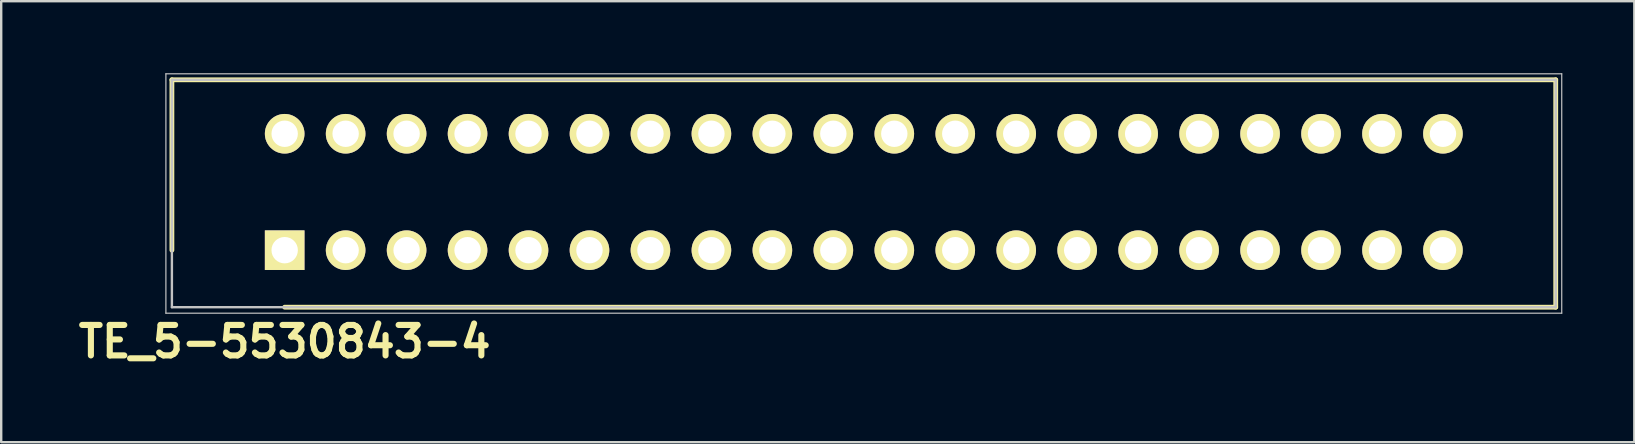
<source format=kicad_pcb>
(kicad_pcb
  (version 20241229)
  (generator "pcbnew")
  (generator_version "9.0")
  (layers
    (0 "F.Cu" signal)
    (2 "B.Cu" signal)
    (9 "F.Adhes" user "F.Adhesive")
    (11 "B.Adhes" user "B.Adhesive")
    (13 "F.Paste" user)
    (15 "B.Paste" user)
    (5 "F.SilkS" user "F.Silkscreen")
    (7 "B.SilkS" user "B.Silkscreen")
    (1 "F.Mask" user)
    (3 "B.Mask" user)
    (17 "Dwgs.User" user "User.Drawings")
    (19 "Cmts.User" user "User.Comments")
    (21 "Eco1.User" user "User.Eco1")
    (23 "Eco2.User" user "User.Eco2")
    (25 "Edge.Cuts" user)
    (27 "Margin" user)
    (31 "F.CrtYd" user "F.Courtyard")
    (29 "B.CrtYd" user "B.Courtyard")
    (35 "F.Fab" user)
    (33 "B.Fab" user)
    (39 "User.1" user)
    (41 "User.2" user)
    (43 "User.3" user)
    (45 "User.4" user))
  (footprint "TE_5-5530843-4"
    (layer "F.Cu")
    (at 8.811 7.374)
    (property "Reference" "TE_5-5530843-4" (at 0 3.81 0) (layer "F.SilkS") (effects (font (size 1.27 1.27) (thickness 0.254))))
    (attr through_hole)
    (fp_line (start -4.699 -7.099) (end -4.699 0) (stroke (width 0.2) (type solid)) (layer "F.SilkS"))
    (fp_line (start 0 2.375) (end 52.959 2.375) (stroke (width 0.2) (type solid)) (layer "F.SilkS"))
    (fp_line (start 52.959 -7.099) (end -4.699 -7.099) (stroke (width 0.2) (type solid)) (layer "F.SilkS"))
    (fp_line (start 52.959 2.375) (end 52.959 -7.099) (stroke (width 0.2) (type solid)) (layer "F.SilkS"))
    (fp_line (start -4.949 -7.349) (end 53.209 -7.349) (stroke (width 0.05) (type solid)) (layer "Dwgs.User"))
    (fp_line (start -4.949 2.625) (end -4.949 -7.349) (stroke (width 0.05) (type solid)) (layer "Dwgs.User"))
    (fp_line (start -4.699 -7.099) (end 52.959 -7.099) (stroke (width 0.1) (type solid)) (layer "Dwgs.User"))
    (fp_line (start -4.699 2.375) (end -4.699 -7.099) (stroke (width 0.1) (type solid)) (layer "Dwgs.User"))
    (fp_line (start 52.959 -7.099) (end 52.959 2.375) (stroke (width 0.1) (type solid)) (layer "Dwgs.User"))
    (fp_line (start 52.959 2.375) (end -4.699 2.375) (stroke (width 0.1) (type solid)) (layer "Dwgs.User"))
    (fp_line (start 53.209 -7.349) (end 53.209 2.625) (stroke (width 0.05) (type solid)) (layer "Dwgs.User"))
    (fp_line (start 53.209 2.625) (end -4.949 2.625) (stroke (width 0.05) (type solid)) (layer "Dwgs.User"))
    (pad "1" thru_hole rect (at 0 0 90) (size 1.65 1.65) (drill 1.1) (layers "*.Cu" "*.Mask" "F.SilkS"))
    (pad "2" thru_hole circle (at 0 -4.851 90) (size 1.65 1.65) (drill 1.1) (layers "*.Cu" "*.Mask" "F.SilkS"))
    (pad "3" thru_hole circle (at 2.54 0 90) (size 1.65 1.65) (drill 1.1) (layers "*.Cu" "*.Mask" "F.SilkS"))
    (pad "4" thru_hole circle (at 2.54 -4.851 90) (size 1.65 1.65) (drill 1.1) (layers "*.Cu" "*.Mask" "F.SilkS"))
    (pad "5" thru_hole circle (at 5.08 0 90) (size 1.65 1.65) (drill 1.1) (layers "*.Cu" "*.Mask" "F.SilkS"))
    (pad "6" thru_hole circle (at 5.08 -4.851 90) (size 1.65 1.65) (drill 1.1) (layers "*.Cu" "*.Mask" "F.SilkS"))
    (pad "7" thru_hole circle (at 7.62 0 90) (size 1.65 1.65) (drill 1.1) (layers "*.Cu" "*.Mask" "F.SilkS"))
    (pad "8" thru_hole circle (at 7.62 -4.851 90) (size 1.65 1.65) (drill 1.1) (layers "*.Cu" "*.Mask" "F.SilkS"))
    (pad "9" thru_hole circle (at 10.16 0 90) (size 1.65 1.65) (drill 1.1) (layers "*.Cu" "*.Mask" "F.SilkS"))
    (pad "10" thru_hole circle (at 10.16 -4.851 90) (size 1.65 1.65) (drill 1.1) (layers "*.Cu" "*.Mask" "F.SilkS"))
    (pad "11" thru_hole circle (at 12.7 0 90) (size 1.65 1.65) (drill 1.1) (layers "*.Cu" "*.Mask" "F.SilkS"))
    (pad "12" thru_hole circle (at 12.7 -4.851 90) (size 1.65 1.65) (drill 1.1) (layers "*.Cu" "*.Mask" "F.SilkS"))
    (pad "13" thru_hole circle (at 15.24 0 90) (size 1.65 1.65) (drill 1.1) (layers "*.Cu" "*.Mask" "F.SilkS"))
    (pad "14" thru_hole circle (at 15.24 -4.851 90) (size 1.65 1.65) (drill 1.1) (layers "*.Cu" "*.Mask" "F.SilkS"))
    (pad "15" thru_hole circle (at 17.78 0 90) (size 1.65 1.65) (drill 1.1) (layers "*.Cu" "*.Mask" "F.SilkS"))
    (pad "16" thru_hole circle (at 17.78 -4.851 90) (size 1.65 1.65) (drill 1.1) (layers "*.Cu" "*.Mask" "F.SilkS"))
    (pad "17" thru_hole circle (at 20.32 0 90) (size 1.65 1.65) (drill 1.1) (layers "*.Cu" "*.Mask" "F.SilkS"))
    (pad "18" thru_hole circle (at 20.32 -4.851 90) (size 1.65 1.65) (drill 1.1) (layers "*.Cu" "*.Mask" "F.SilkS"))
    (pad "19" thru_hole circle (at 22.86 0 90) (size 1.65 1.65) (drill 1.1) (layers "*.Cu" "*.Mask" "F.SilkS"))
    (pad "20" thru_hole circle (at 22.86 -4.851 90) (size 1.65 1.65) (drill 1.1) (layers "*.Cu" "*.Mask" "F.SilkS"))
    (pad "21" thru_hole circle (at 25.4 0 90) (size 1.65 1.65) (drill 1.1) (layers "*.Cu" "*.Mask" "F.SilkS"))
    (pad "22" thru_hole circle (at 25.4 -4.851 90) (size 1.65 1.65) (drill 1.1) (layers "*.Cu" "*.Mask" "F.SilkS"))
    (pad "23" thru_hole circle (at 27.94 0 90) (size 1.65 1.65) (drill 1.1) (layers "*.Cu" "*.Mask" "F.SilkS"))
    (pad "24" thru_hole circle (at 27.94 -4.851 90) (size 1.65 1.65) (drill 1.1) (layers "*.Cu" "*.Mask" "F.SilkS"))
    (pad "25" thru_hole circle (at 30.48 0 90) (size 1.65 1.65) (drill 1.1) (layers "*.Cu" "*.Mask" "F.SilkS"))
    (pad "26" thru_hole circle (at 30.48 -4.851 90) (size 1.65 1.65) (drill 1.1) (layers "*.Cu" "*.Mask" "F.SilkS"))
    (pad "27" thru_hole circle (at 33.02 0 90) (size 1.65 1.65) (drill 1.1) (layers "*.Cu" "*.Mask" "F.SilkS"))
    (pad "28" thru_hole circle (at 33.02 -4.851 90) (size 1.65 1.65) (drill 1.1) (layers "*.Cu" "*.Mask" "F.SilkS"))
    (pad "29" thru_hole circle (at 35.56 0 90) (size 1.65 1.65) (drill 1.1) (layers "*.Cu" "*.Mask" "F.SilkS"))
    (pad "30" thru_hole circle (at 35.56 -4.851 90) (size 1.65 1.65) (drill 1.1) (layers "*.Cu" "*.Mask" "F.SilkS"))
    (pad "31" thru_hole circle (at 38.1 0 90) (size 1.65 1.65) (drill 1.1) (layers "*.Cu" "*.Mask" "F.SilkS"))
    (pad "32" thru_hole circle (at 38.1 -4.851 90) (size 1.65 1.65) (drill 1.1) (layers "*.Cu" "*.Mask" "F.SilkS"))
    (pad "33" thru_hole circle (at 40.64 0 90) (size 1.65 1.65) (drill 1.1) (layers "*.Cu" "*.Mask" "F.SilkS"))
    (pad "34" thru_hole circle (at 40.64 -4.851 90) (size 1.65 1.65) (drill 1.1) (layers "*.Cu" "*.Mask" "F.SilkS"))
    (pad "35" thru_hole circle (at 43.18 0 90) (size 1.65 1.65) (drill 1.1) (layers "*.Cu" "*.Mask" "F.SilkS"))
    (pad "36" thru_hole circle (at 43.18 -4.851 90) (size 1.65 1.65) (drill 1.1) (layers "*.Cu" "*.Mask" "F.SilkS"))
    (pad "37" thru_hole circle (at 45.72 0 90) (size 1.65 1.65) (drill 1.1) (layers "*.Cu" "*.Mask" "F.SilkS"))
    (pad "38" thru_hole circle (at 45.72 -4.851 90) (size 1.65 1.65) (drill 1.1) (layers "*.Cu" "*.Mask" "F.SilkS"))
    (pad "39" thru_hole circle (at 48.26 0 90) (size 1.65 1.65) (drill 1.1) (layers "*.Cu" "*.Mask" "F.SilkS"))
    (pad "40" thru_hole circle (at 48.26 -4.851 90) (size 1.65 1.65) (drill 1.1) (layers "*.Cu" "*.Mask" "F.SilkS")))
  (gr_rect
    (start -3 -3)
    (end 65.045 15.373)
    (stroke (width 0.1) (type default))
    (fill no)
    (layer "Edge.Cuts")))
</source>
